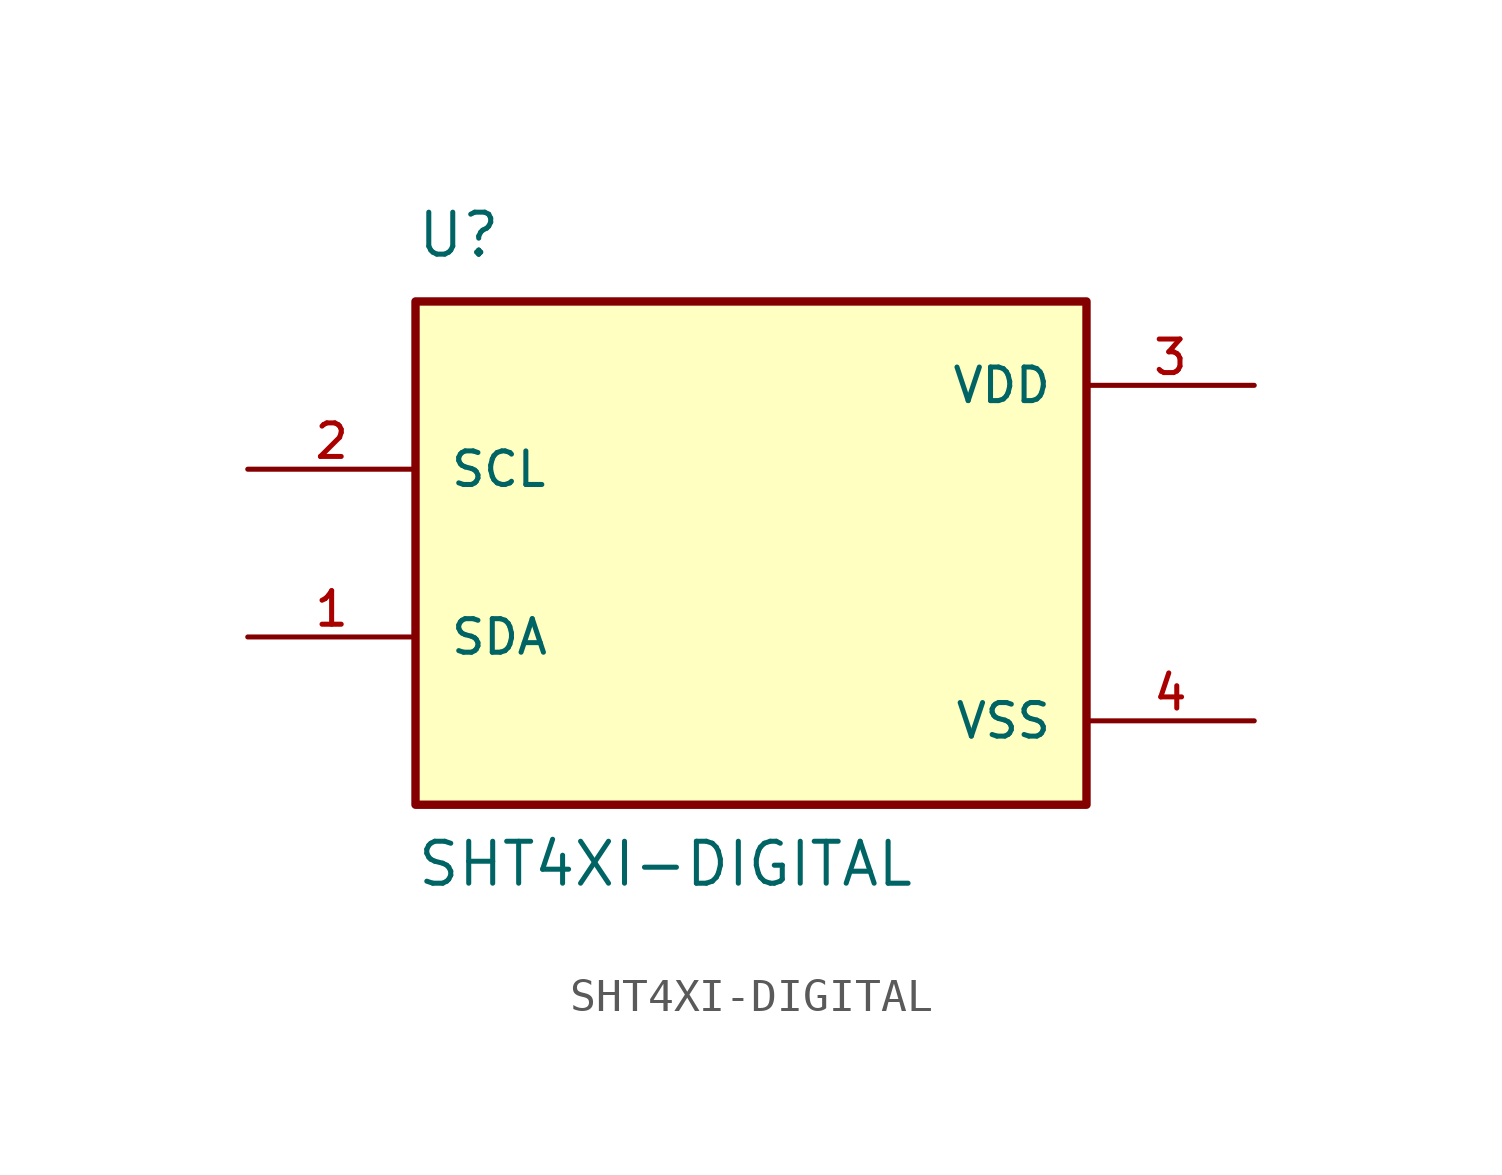
<source format=kicad_sym>
(kicad_symbol_lib
  (version 20211014)
  (generator kicad_symbol_editor)
  (symbol "SHT4XI-DIGITAL"
    (pin_names
      (offset 1.016))
    (property "Reference" "U"
      (at -10.16 8.89 0)
      (effects (font (size 1.27 1.27)) (justify bottom left)))
    (property "Value" "SHT4XI-DIGITAL"
      (at -10.16 -10.16 0)
      (effects (font (size 1.27 1.27)) (justify bottom left)))
    (symbol "SHT4XI-DIGITAL_0_0"
      (rectangle (start -10.16 -7.62) (end 10.16 7.62) (stroke (width 0.254)) (fill (type background)))
      (pin input line (at -15.24 2.54 0) (length 5.08) (name "SCL" (effects (font (size 1.016 1.016)))) (number "2" (effects (font (size 1.016 1.016)))))
      (pin bidirectional line (at -15.24 -2.54 0) (length 5.08) (name "SDA" (effects (font (size 1.016 1.016)))) (number "1" (effects (font (size 1.016 1.016)))))
      (pin power_in line (at 15.24 5.08 180.0) (length 5.08) (name "VDD" (effects (font (size 1.016 1.016)))) (number "3" (effects (font (size 1.016 1.016)))))
      (pin power_in line (at 15.24 -5.08 180.0) (length 5.08) (name "VSS" (effects (font (size 1.016 1.016)))) (number "4" (effects (font (size 1.016 1.016))))))))
</source>
